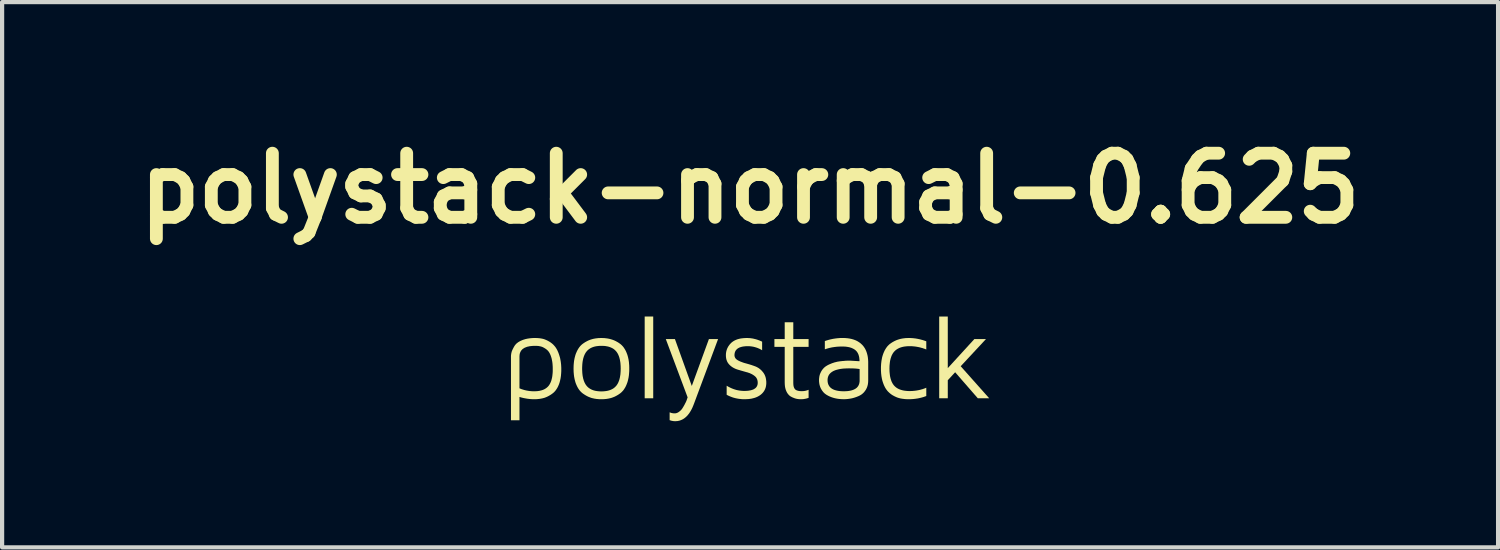
<source format=kicad_pcb>
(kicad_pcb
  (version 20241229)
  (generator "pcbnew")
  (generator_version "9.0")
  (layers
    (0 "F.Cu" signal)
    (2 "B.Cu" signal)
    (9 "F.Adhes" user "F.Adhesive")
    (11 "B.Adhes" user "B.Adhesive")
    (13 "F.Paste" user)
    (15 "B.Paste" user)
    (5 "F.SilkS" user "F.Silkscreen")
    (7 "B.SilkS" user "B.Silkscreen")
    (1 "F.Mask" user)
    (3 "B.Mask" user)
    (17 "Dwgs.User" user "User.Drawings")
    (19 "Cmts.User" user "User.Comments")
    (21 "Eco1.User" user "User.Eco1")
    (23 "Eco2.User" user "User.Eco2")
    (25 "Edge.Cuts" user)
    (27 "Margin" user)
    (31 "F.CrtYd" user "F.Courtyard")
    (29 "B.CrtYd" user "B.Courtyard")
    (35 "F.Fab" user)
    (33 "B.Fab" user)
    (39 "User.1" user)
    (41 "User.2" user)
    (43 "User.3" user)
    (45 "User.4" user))
  (footprint "polystack-normal-0.625"
    (layer "F.Cu")
    (at 14.783 5.719)
    (property "Reference" "polystack-normal-0.625" (at 0 -4.292 0) (layer "F.SilkS") (effects (font (size 1.524 1.524) (thickness 0.305))))
    (attr smd)
    (fp_poly (pts (xy -2.506 0.7) (xy -2.506 -1.244) (xy -2.303 -1.244) (xy -2.303 0.7) (xy -2.506 0.7)) (stroke (width 0) (type solid)) (fill yes) (layer "F.SilkS"))
    (fp_poly (pts (xy 4.496 0.7) (xy 4.496 -1.244) (xy 4.7 -1.244) (xy 4.7 -0.017) (xy 5.332 -0.708) (xy 5.608 -0.708) (xy 5.007 -0.062) (xy 5.685 0.7) (xy 5.414 0.7) (xy 4.875 0.081) (xy 4.7 0.271) (xy 4.7 0.7) (xy 4.496 0.7)) (stroke (width 0) (type solid)) (fill yes) (layer "F.SilkS"))
    (fp_poly (pts (xy 0.578 -0.522) (xy 0.578 -0.708) (xy 0.823 -0.708) (xy 0.823 -1.107) (xy 1.027 -1.107) (xy 1.027 -0.708) (xy 1.391 -0.708) (xy 1.391 -0.522) (xy 1.027 -0.522) (xy 1.027 0.336) (xy 1.028 0.357) (xy 1.029 0.377) (xy 1.031 0.395) (xy 1.034 0.412) (xy 1.038 0.428) (xy 1.043 0.442) (xy 1.049 0.456) (xy 1.056 0.468) (xy 1.063 0.478) (xy 1.071 0.488) (xy 1.081 0.496) (xy 1.092 0.503) (xy 1.105 0.51) (xy 1.119 0.515) (xy 1.134 0.52) (xy 1.15 0.524) (xy 1.168 0.527) (xy 1.187 0.529) (xy 1.208 0.53) (xy 1.23 0.531) (xy 1.247 0.53) (xy 1.264 0.529) (xy 1.281 0.528) (xy 1.297 0.525) (xy 1.314 0.522) (xy 1.33 0.519) (xy 1.345 0.514) (xy 1.361 0.509) (xy 1.376 0.504) (xy 1.391 0.497) (xy 1.391 0.689) (xy 1.375 0.695) (xy 1.359 0.7) (xy 1.342 0.705) (xy 1.326 0.709) (xy 1.31 0.712) (xy 1.293 0.715) (xy 1.277 0.718) (xy 1.261 0.72) (xy 1.245 0.721) (xy 1.228 0.722) (xy 1.212 0.722) (xy 1.205 0.722) (xy 1.189 0.722) (xy 1.173 0.721) (xy 1.157 0.72) (xy 1.141 0.718) (xy 1.126 0.716) (xy 1.11 0.713) (xy 1.095 0.71) (xy 1.081 0.706) (xy 1.067 0.702) (xy 1.053 0.697) (xy 1.038 0.691) (xy 1.022 0.685) (xy 1.006 0.678) (xy 0.99 0.67) (xy 0.974 0.661) (xy 0.96 0.654) (xy 0.948 0.645) (xy 0.935 0.635) (xy 0.924 0.624) (xy 0.913 0.612) (xy 0.902 0.599) (xy 0.892 0.586) (xy 0.882 0.571) (xy 0.873 0.555) (xy 0.865 0.539) (xy 0.859 0.525) (xy 0.853 0.511) (xy 0.848 0.497) (xy 0.843 0.482) (xy 0.839 0.466) (xy 0.835 0.45) (xy 0.832 0.434) (xy 0.829 0.417) (xy 0.827 0.399) (xy 0.826 0.382) (xy 0.824 0.363) (xy 0.824 0.344) (xy 0.823 0.325) (xy 0.823 -0.522) (xy 0.578 -0.522) (xy 0.578 -0.522)) (stroke (width 0) (type solid)) (fill yes) (layer "F.SilkS"))
    (fp_poly (pts (xy -2.004 -0.708) (xy -1.787 -0.708) (xy -1.386 0.407) (xy -0.979 -0.708) (xy -0.761 -0.708) (xy -1.337 0.838) (xy -1.345 0.857) (xy -1.352 0.876) (xy -1.36 0.894) (xy -1.367 0.912) (xy -1.375 0.929) (xy -1.383 0.946) (xy -1.391 0.962) (xy -1.4 0.978) (xy -1.408 0.993) (xy -1.417 1.008) (xy -1.426 1.023) (xy -1.435 1.037) (xy -1.444 1.051) (xy -1.453 1.064) (xy -1.463 1.076) (xy -1.473 1.089) (xy -1.482 1.1) (xy -1.492 1.112) (xy -1.503 1.122) (xy -1.513 1.133) (xy -1.523 1.143) (xy -1.534 1.152) (xy -1.545 1.161) (xy -1.556 1.17) (xy -1.567 1.178) (xy -1.578 1.185) (xy -1.59 1.193) (xy -1.601 1.199) (xy -1.613 1.205) (xy -1.625 1.211) (xy -1.637 1.216) (xy -1.649 1.221) (xy -1.662 1.226) (xy -1.674 1.23) (xy -1.687 1.233) (xy -1.7 1.236) (xy -1.713 1.239) (xy -1.727 1.241) (xy -1.74 1.242) (xy -1.753 1.243) (xy -1.767 1.244) (xy -1.781 1.244) (xy -1.798 1.244) (xy -1.815 1.243) (xy -1.831 1.241) (xy -1.848 1.238) (xy -1.864 1.235) (xy -1.881 1.23) (xy -1.897 1.225) (xy -1.913 1.22) (xy -1.913 1.034) (xy -1.899 1.039) (xy -1.885 1.044) (xy -1.87 1.049) (xy -1.855 1.052) (xy -1.84 1.055) (xy -1.824 1.057) (xy -1.808 1.058) (xy -1.792 1.058) (xy -1.777 1.058) (xy -1.762 1.055) (xy -1.746 1.051) (xy -1.731 1.045) (xy -1.716 1.038) (xy -1.701 1.029) (xy -1.686 1.018) (xy -1.673 1.008) (xy -1.661 0.998) (xy -1.649 0.987) (xy -1.638 0.976) (xy -1.628 0.964) (xy -1.618 0.951) (xy -1.609 0.938) (xy -1.601 0.925) (xy -1.592 0.911) (xy -1.584 0.897) (xy -1.576 0.883) (xy -1.568 0.869) (xy -1.56 0.855) (xy -1.553 0.841) (xy -1.546 0.827) (xy -1.539 0.813) (xy -1.529 0.795) (xy -1.521 0.777) (xy -1.514 0.761) (xy -1.508 0.745) (xy -1.503 0.73) (xy -1.499 0.717) (xy -1.485 0.678) (xy -2.004 -0.708)) (stroke (width 0) (type solid)) (fill yes) (layer "F.SilkS"))
    (fp_poly (pts (xy 3.111 -0.006) (xy 3.111 -0.025) (xy 3.111 -0.044) (xy 3.112 -0.063) (xy 3.113 -0.082) (xy 3.114 -0.1) (xy 3.115 -0.118) (xy 3.117 -0.136) (xy 3.119 -0.153) (xy 3.121 -0.171) (xy 3.123 -0.188) (xy 3.126 -0.204) (xy 3.129 -0.221) (xy 3.132 -0.237) (xy 3.135 -0.253) (xy 3.138 -0.269) (xy 3.142 -0.284) (xy 3.146 -0.299) (xy 3.151 -0.314) (xy 3.155 -0.329) (xy 3.16 -0.343) (xy 3.165 -0.357) (xy 3.17 -0.371) (xy 3.177 -0.388) (xy 3.185 -0.405) (xy 3.192 -0.422) (xy 3.2 -0.438) (xy 3.209 -0.453) (xy 3.217 -0.468) (xy 3.226 -0.482) (xy 3.235 -0.496) (xy 3.245 -0.51) (xy 3.254 -0.522) (xy 3.264 -0.535) (xy 3.274 -0.546) (xy 3.285 -0.557) (xy 3.296 -0.568) (xy 3.307 -0.578) (xy 3.318 -0.588) (xy 3.33 -0.597) (xy 3.345 -0.607) (xy 3.359 -0.617) (xy 3.374 -0.627) (xy 3.389 -0.636) (xy 3.403 -0.644) (xy 3.418 -0.652) (xy 3.433 -0.66) (xy 3.448 -0.667) (xy 3.463 -0.674) (xy 3.478 -0.681) (xy 3.493 -0.686) (xy 3.508 -0.692) (xy 3.523 -0.697) (xy 3.538 -0.701) (xy 3.553 -0.706) (xy 3.569 -0.71) (xy 3.585 -0.714) (xy 3.6 -0.717) (xy 3.617 -0.72) (xy 3.633 -0.723) (xy 3.649 -0.725) (xy 3.666 -0.727) (xy 3.683 -0.729) (xy 3.7 -0.731) (xy 3.718 -0.732) (xy 3.735 -0.732) (xy 3.753 -0.733) (xy 3.771 -0.733) (xy 3.788 -0.733) (xy 3.805 -0.733) (xy 3.822 -0.732) (xy 3.839 -0.731) (xy 3.856 -0.73) (xy 3.872 -0.729) (xy 3.889 -0.727) (xy 3.906 -0.725) (xy 3.923 -0.723) (xy 3.94 -0.721) (xy 3.956 -0.718) (xy 3.973 -0.715) (xy 3.99 -0.712) (xy 4.007 -0.708) (xy 4.023 -0.705) (xy 4.04 -0.701) (xy 4.056 -0.697) (xy 4.073 -0.692) (xy 4.09 -0.688) (xy 4.106 -0.683) (xy 4.123 -0.678) (xy 4.139 -0.672) (xy 4.156 -0.667) (xy 4.172 -0.661) (xy 4.189 -0.655) (xy 4.189 -0.46) (xy 4.173 -0.467) (xy 4.157 -0.473) (xy 4.14 -0.479) (xy 4.124 -0.484) (xy 4.108 -0.49) (xy 4.092 -0.495) (xy 4.076 -0.499) (xy 4.059 -0.504) (xy 4.043 -0.508) (xy 4.027 -0.512) (xy 4.01 -0.516) (xy 3.994 -0.519) (xy 3.977 -0.522) (xy 3.961 -0.525) (xy 3.944 -0.528) (xy 3.928 -0.53) (xy 3.911 -0.532) (xy 3.894 -0.534) (xy 3.877 -0.535) (xy 3.861 -0.537) (xy 3.844 -0.538) (xy 3.827 -0.538) (xy 3.81 -0.539) (xy 3.793 -0.539) (xy 3.772 -0.539) (xy 3.752 -0.538) (xy 3.732 -0.537) (xy 3.713 -0.535) (xy 3.694 -0.533) (xy 3.676 -0.531) (xy 3.658 -0.528) (xy 3.641 -0.525) (xy 3.624 -0.521) (xy 3.608 -0.517) (xy 3.592 -0.512) (xy 3.576 -0.507) (xy 3.561 -0.502) (xy 3.547 -0.496) (xy 3.533 -0.489) (xy 3.519 -0.482) (xy 3.506 -0.475) (xy 3.494 -0.467) (xy 3.481 -0.459) (xy 3.47 -0.451) (xy 3.459 -0.442) (xy 3.448 -0.432) (xy 3.438 -0.422) (xy 3.428 -0.412) (xy 3.419 -0.402) (xy 3.411 -0.392) (xy 3.403 -0.381) (xy 3.395 -0.369) (xy 3.388 -0.358) (xy 3.381 -0.345) (xy 3.375 -0.333) (xy 3.368 -0.32) (xy 3.362 -0.306) (xy 3.357 -0.292) (xy 3.352 -0.277) (xy 3.347 -0.262) (xy 3.342 -0.247) (xy 3.338 -0.231) (xy 3.334 -0.215) (xy 3.33 -0.198) (xy 3.327 -0.181) (xy 3.324 -0.163) (xy 3.322 -0.145) (xy 3.32 -0.126) (xy 3.318 -0.107) (xy 3.316 -0.088) (xy 3.315 -0.068) (xy 3.314 -0.048) (xy 3.314 -0.027) (xy 3.313 -0.006) (xy 3.314 0.016) (xy 3.314 0.037) (xy 3.315 0.058) (xy 3.316 0.078) (xy 3.318 0.097) (xy 3.32 0.116) (xy 3.322 0.135) (xy 3.324 0.153) (xy 3.327 0.171) (xy 3.33 0.189) (xy 3.334 0.205) (xy 3.338 0.222) (xy 3.342 0.238) (xy 3.347 0.253) (xy 3.352 0.268) (xy 3.357 0.283) (xy 3.362 0.297) (xy 3.368 0.31) (xy 3.375 0.323) (xy 3.381 0.336) (xy 3.388 0.348) (xy 3.395 0.36) (xy 3.403 0.371) (xy 3.411 0.382) (xy 3.419 0.393) (xy 3.428 0.402) (xy 3.438 0.413) (xy 3.448 0.422) (xy 3.459 0.432) (xy 3.47 0.441) (xy 3.481 0.449) (xy 3.494 0.457) (xy 3.506 0.465) (xy 3.519 0.472) (xy 3.533 0.479) (xy 3.547 0.485) (xy 3.561 0.491) (xy 3.576 0.496) (xy 3.592 0.501) (xy 3.608 0.506) (xy 3.624 0.51) (xy 3.641 0.514) (xy 3.658 0.517) (xy 3.676 0.52) (xy 3.694 0.522) (xy 3.713 0.524) (xy 3.732 0.526) (xy 3.752 0.527) (xy 3.772 0.528) (xy 3.793 0.528) (xy 3.811 0.528) (xy 3.828 0.527) (xy 3.846 0.527) (xy 3.863 0.526) (xy 3.88 0.524) (xy 3.897 0.523) (xy 3.914 0.521) (xy 3.931 0.519) (xy 3.948 0.517) (xy 3.965 0.514) (xy 3.982 0.511) (xy 3.998 0.508) (xy 4.014 0.505) (xy 4.031 0.501) (xy 4.047 0.497) (xy 4.063 0.493) (xy 4.079 0.488) (xy 4.095 0.484) (xy 4.111 0.479) (xy 4.127 0.473) (xy 4.142 0.468) (xy 4.158 0.462) (xy 4.173 0.456) (xy 4.189 0.449) (xy 4.189 0.646) (xy 4.173 0.652) (xy 4.157 0.658) (xy 4.141 0.663) (xy 4.125 0.669) (xy 4.109 0.674) (xy 4.093 0.678) (xy 4.076 0.683) (xy 4.06 0.687) (xy 4.044 0.691) (xy 4.027 0.695) (xy 4.011 0.698) (xy 3.994 0.702) (xy 3.977 0.705) (xy 3.96 0.707) (xy 3.944 0.71) (xy 3.927 0.712) (xy 3.91 0.714) (xy 3.893 0.716) (xy 3.875 0.718) (xy 3.858 0.719) (xy 3.841 0.72) (xy 3.824 0.721) (xy 3.806 0.722) (xy 3.789 0.722) (xy 3.771 0.722) (xy 3.753 0.722) (xy 3.735 0.722) (xy 3.718 0.721) (xy 3.7 0.72) (xy 3.683 0.719) (xy 3.666 0.717) (xy 3.65 0.715) (xy 3.633 0.713) (xy 3.617 0.711) (xy 3.601 0.708) (xy 3.585 0.706) (xy 3.569 0.702) (xy 3.554 0.698) (xy 3.538 0.694) (xy 3.522 0.689) (xy 3.506 0.684) (xy 3.49 0.678) (xy 3.474 0.671) (xy 3.458 0.664) (xy 3.441 0.656) (xy 3.425 0.648) (xy 3.409 0.639) (xy 3.394 0.631) (xy 3.379 0.622) (xy 3.365 0.613) (xy 3.352 0.603) (xy 3.338 0.593) (xy 3.326 0.583) (xy 3.313 0.572) (xy 3.301 0.561) (xy 3.289 0.549) (xy 3.277 0.538) (xy 3.266 0.525) (xy 3.256 0.513) (xy 3.247 0.501) (xy 3.238 0.489) (xy 3.229 0.476) (xy 3.221 0.463) (xy 3.213 0.45) (xy 3.205 0.435) (xy 3.198 0.421) (xy 3.19 0.405) (xy 3.183 0.389) (xy 3.176 0.373) (xy 3.17 0.356) (xy 3.163 0.338) (xy 3.157 0.32) (xy 3.151 0.302) (xy 3.147 0.287) (xy 3.142 0.272) (xy 3.139 0.256) (xy 3.135 0.241) (xy 3.132 0.225) (xy 3.129 0.209) (xy 3.126 0.192) (xy 3.123 0.176) (xy 3.121 0.159) (xy 3.119 0.142) (xy 3.117 0.124) (xy 3.115 0.106) (xy 3.114 0.088) (xy 3.113 0.07) (xy 3.112 0.052) (xy 3.111 0.033) (xy 3.111 0.014) (xy 3.111 -0.006) (xy 3.111 -0.006)) (stroke (width 0) (type solid)) (fill yes) (layer "F.SilkS"))
    (fp_poly (pts (xy -5.685 1.222) (xy -5.685 -0.288) (xy -5.388 -0.484) (xy -5.398 -0.477) (xy -5.408 -0.47) (xy -5.417 -0.462) (xy -5.425 -0.453) (xy -5.433 -0.445) (xy -5.44 -0.436) (xy -5.447 -0.426) (xy -5.453 -0.416) (xy -5.458 -0.406) (xy -5.463 -0.395) (xy -5.468 -0.384) (xy -5.472 -0.373) (xy -5.475 -0.361) (xy -5.478 -0.349) (xy -5.48 -0.336) (xy -5.481 -0.323) (xy -5.482 -0.31) (xy -5.483 -0.296) (xy -5.483 0.463) (xy -5.483 0.463) (xy -5.467 0.469) (xy -5.452 0.476) (xy -5.436 0.482) (xy -5.42 0.487) (xy -5.404 0.492) (xy -5.388 0.497) (xy -5.372 0.502) (xy -5.356 0.506) (xy -5.339 0.51) (xy -5.323 0.514) (xy -5.306 0.517) (xy -5.289 0.52) (xy -5.272 0.523) (xy -5.255 0.525) (xy -5.238 0.528) (xy -5.221 0.529) (xy -5.203 0.531) (xy -5.186 0.532) (xy -5.168 0.533) (xy -5.15 0.533) (xy -5.133 0.533) (xy -5.113 0.533) (xy -5.093 0.532) (xy -5.074 0.531) (xy -5.056 0.53) (xy -5.038 0.527) (xy -5.02 0.525) (xy -5.003 0.522) (xy -4.987 0.518) (xy -4.971 0.514) (xy -4.955 0.51) (xy -4.94 0.505) (xy -4.925 0.5) (xy -4.911 0.494) (xy -4.898 0.488) (xy -4.884 0.481) (xy -4.872 0.474) (xy -4.86 0.466) (xy -4.848 0.458) (xy -4.837 0.45) (xy -4.826 0.44) (xy -4.815 0.431) (xy -4.806 0.421) (xy -4.796 0.411) (xy -4.788 0.401) (xy -4.78 0.39) (xy -4.773 0.379) (xy -4.765 0.367) (xy -4.759 0.355) (xy -4.752 0.343) (xy -4.746 0.33) (xy -4.74 0.316) (xy -4.734 0.302) (xy -4.729 0.288) (xy -4.724 0.273) (xy -4.72 0.257) (xy -4.716 0.241) (xy -4.712 0.225) (xy -4.708 0.208) (xy -4.705 0.19) (xy -4.702 0.172) (xy -4.7 0.154) (xy -4.698 0.135) (xy -4.696 0.116) (xy -4.694 0.096) (xy -4.693 0.075) (xy -4.692 0.054) (xy -4.692 0.033) (xy -4.692 0.011) (xy -4.692 -0.009) (xy -4.692 -0.028) (xy -4.693 -0.047) (xy -4.693 -0.065) (xy -4.695 -0.083) (xy -4.696 -0.101) (xy -4.697 -0.118) (xy -4.699 -0.135) (xy -4.701 -0.152) (xy -4.703 -0.168) (xy -4.706 -0.184) (xy -4.709 -0.2) (xy -4.712 -0.215) (xy -4.715 -0.23) (xy -4.718 -0.244) (xy -4.722 -0.258) (xy -4.726 -0.272) (xy -4.73 -0.285) (xy -4.737 -0.305) (xy -4.743 -0.323) (xy -4.751 -0.341) (xy -4.758 -0.357) (xy -4.767 -0.373) (xy -4.775 -0.388) (xy -4.784 -0.402) (xy -4.794 -0.415) (xy -4.804 -0.427) (xy -4.814 -0.438) (xy -4.825 -0.448) (xy -4.836 -0.458) (xy -4.851 -0.469) (xy -4.866 -0.48) (xy -4.881 -0.489) (xy -4.895 -0.498) (xy -4.91 -0.506) (xy -4.924 -0.513) (xy -4.938 -0.52) (xy -4.952 -0.525) (xy -4.966 -0.529) (xy -4.98 -0.533) (xy -4.994 -0.536) (xy -5.009 -0.539) (xy -5.024 -0.542) (xy -5.04 -0.544) (xy -5.056 -0.545) (xy -5.072 -0.546) (xy -5.089 -0.547) (xy -5.106 -0.547) (xy -5.127 -0.547) (xy -5.147 -0.546) (xy -5.166 -0.545) (xy -5.185 -0.544) (xy -5.203 -0.542) (xy -5.221 -0.54) (xy -5.238 -0.538) (xy -5.254 -0.535) (xy -5.27 -0.531) (xy -5.286 -0.528) (xy -5.301 -0.524) (xy -5.315 -0.519) (xy -5.328 -0.514) (xy -5.341 -0.509) (xy -5.354 -0.504) (xy -5.366 -0.498) (xy -5.377 -0.491) (xy -5.388 -0.484) (xy -5.685 -0.288) (xy -5.685 -0.304) (xy -5.684 -0.321) (xy -5.682 -0.337) (xy -5.68 -0.353) (xy -5.677 -0.37) (xy -5.673 -0.387) (xy -5.669 -0.404) (xy -5.665 -0.416) (xy -5.66 -0.428) (xy -5.655 -0.441) (xy -5.649 -0.455) (xy -5.642 -0.469) (xy -5.635 -0.483) (xy -5.627 -0.498) (xy -5.619 -0.514) (xy -5.61 -0.529) (xy -5.6 -0.546) (xy -5.592 -0.558) (xy -5.583 -0.569) (xy -5.574 -0.58) (xy -5.564 -0.591) (xy -5.553 -0.602) (xy -5.541 -0.612) (xy -5.529 -0.621) (xy -5.516 -0.631) (xy -5.502 -0.64) (xy -5.487 -0.649) (xy -5.471 -0.657) (xy -5.455 -0.666) (xy -5.438 -0.673) (xy -5.421 -0.681) (xy -5.407 -0.686) (xy -5.393 -0.691) (xy -5.379 -0.696) (xy -5.364 -0.7) (xy -5.349 -0.705) (xy -5.334 -0.709) (xy -5.318 -0.712) (xy -5.302 -0.716) (xy -5.286 -0.719) (xy -5.27 -0.721) (xy -5.253 -0.724) (xy -5.236 -0.726) (xy -5.218 -0.728) (xy -5.2 -0.73) (xy -5.182 -0.731) (xy -5.164 -0.732) (xy -5.145 -0.733) (xy -5.126 -0.733) (xy -5.106 -0.733) (xy -5.089 -0.733) (xy -5.072 -0.732) (xy -5.054 -0.732) (xy -5.037 -0.73) (xy -5.02 -0.729) (xy -5.003 -0.727) (xy -4.987 -0.725) (xy -4.97 -0.722) (xy -4.953 -0.719) (xy -4.938 -0.716) (xy -4.923 -0.713) (xy -4.907 -0.708) (xy -4.891 -0.703) (xy -4.875 -0.697) (xy -4.858 -0.69) (xy -4.842 -0.683) (xy -4.825 -0.675) (xy -4.808 -0.667) (xy -4.791 -0.657) (xy -4.776 -0.649) (xy -4.762 -0.64) (xy -4.748 -0.631) (xy -4.735 -0.622) (xy -4.722 -0.612) (xy -4.709 -0.602) (xy -4.696 -0.591) (xy -4.684 -0.58) (xy -4.672 -0.568) (xy -4.661 -0.556) (xy -4.65 -0.543) (xy -4.639 -0.531) (xy -4.631 -0.52) (xy -4.623 -0.509) (xy -4.615 -0.497) (xy -4.607 -0.484) (xy -4.599 -0.471) (xy -4.592 -0.458) (xy -4.585 -0.444) (xy -4.577 -0.429) (xy -4.571 -0.414) (xy -4.564 -0.398) (xy -4.557 -0.382) (xy -4.551 -0.365) (xy -4.545 -0.348) (xy -4.539 -0.33) (xy -4.533 -0.311) (xy -4.529 -0.297) (xy -4.524 -0.282) (xy -4.52 -0.266) (xy -4.516 -0.251) (xy -4.513 -0.235) (xy -4.51 -0.219) (xy -4.507 -0.203) (xy -4.504 -0.186) (xy -4.501 -0.169) (xy -4.499 -0.152) (xy -4.497 -0.135) (xy -4.495 -0.117) (xy -4.493 -0.099) (xy -4.492 -0.081) (xy -4.491 -0.063) (xy -4.49 -0.044) (xy -4.489 -0.025) (xy -4.489 -0.006) (xy -4.489 0.014) (xy -4.489 0.034) (xy -4.489 0.053) (xy -4.49 0.072) (xy -4.491 0.091) (xy -4.492 0.11) (xy -4.494 0.128) (xy -4.495 0.146) (xy -4.497 0.164) (xy -4.499 0.182) (xy -4.502 0.199) (xy -4.504 0.216) (xy -4.507 0.233) (xy -4.511 0.249) (xy -4.514 0.265) (xy -4.518 0.281) (xy -4.522 0.297) (xy -4.526 0.312) (xy -4.53 0.327) (xy -4.535 0.342) (xy -4.54 0.356) (xy -4.545 0.371) (xy -4.553 0.389) (xy -4.56 0.406) (xy -4.568 0.423) (xy -4.576 0.439) (xy -4.585 0.455) (xy -4.594 0.47) (xy -4.603 0.484) (xy -4.613 0.498) (xy -4.623 0.512) (xy -4.633 0.525) (xy -4.644 0.537) (xy -4.655 0.549) (xy -4.666 0.56) (xy -4.678 0.57) (xy -4.69 0.58) (xy -4.703 0.59) (xy -4.717 0.6) (xy -4.731 0.61) (xy -4.745 0.619) (xy -4.76 0.628) (xy -4.774 0.636) (xy -4.788 0.644) (xy -4.803 0.652) (xy -4.817 0.659) (xy -4.832 0.666) (xy -4.846 0.672) (xy -4.861 0.678) (xy -4.876 0.684) (xy -4.89 0.689) (xy -4.905 0.693) (xy -4.92 0.697) (xy -4.935 0.701) (xy -4.95 0.704) (xy -4.966 0.707) (xy -4.982 0.71) (xy -4.998 0.713) (xy -5.014 0.715) (xy -5.03 0.717) (xy -5.047 0.718) (xy -5.063 0.72) (xy -5.08 0.721) (xy -5.097 0.721) (xy -5.115 0.722) (xy -5.133 0.722) (xy -5.149 0.722) (xy -5.165 0.722) (xy -5.182 0.721) (xy -5.198 0.72) (xy -5.215 0.719) (xy -5.231 0.718) (xy -5.248 0.716) (xy -5.265 0.714) (xy -5.281 0.712) (xy -5.298 0.71) (xy -5.314 0.707) (xy -5.331 0.704) (xy -5.348 0.701) (xy -5.365 0.698) (xy -5.381 0.695) (xy -5.398 0.691) (xy -5.415 0.687) (xy -5.432 0.683) (xy -5.449 0.678) (xy -5.466 0.673) (xy -5.483 0.668) (xy -5.483 1.222) (xy -5.685 1.222) (xy -5.685 1.222)) (stroke (width 0) (type solid)) (fill yes) (layer "F.SilkS"))
    (fp_poly (pts (xy -0.575 -0.324) (xy -0.575 -0.341) (xy -0.574 -0.357) (xy -0.573 -0.374) (xy -0.57 -0.39) (xy -0.568 -0.405) (xy -0.564 -0.421) (xy -0.56 -0.436) (xy -0.556 -0.452) (xy -0.55 -0.466) (xy -0.545 -0.481) (xy -0.538 -0.495) (xy -0.531 -0.509) (xy -0.524 -0.523) (xy -0.515 -0.537) (xy -0.506 -0.55) (xy -0.497 -0.563) (xy -0.487 -0.576) (xy -0.476 -0.589) (xy -0.465 -0.601) (xy -0.453 -0.613) (xy -0.443 -0.623) (xy -0.432 -0.632) (xy -0.421 -0.64) (xy -0.41 -0.649) (xy -0.398 -0.656) (xy -0.386 -0.664) (xy -0.373 -0.671) (xy -0.36 -0.678) (xy -0.347 -0.684) (xy -0.333 -0.69) (xy -0.318 -0.696) (xy -0.304 -0.701) (xy -0.289 -0.706) (xy -0.273 -0.71) (xy -0.257 -0.714) (xy -0.241 -0.718) (xy -0.224 -0.721) (xy -0.207 -0.724) (xy -0.189 -0.726) (xy -0.171 -0.728) (xy -0.153 -0.73) (xy -0.134 -0.731) (xy -0.115 -0.732) (xy -0.095 -0.733) (xy -0.075 -0.733) (xy -0.059 -0.733) (xy -0.042 -0.732) (xy -0.026 -0.732) (xy -0.009 -0.73) (xy 0.007 -0.729) (xy 0.023 -0.727) (xy 0.04 -0.724) (xy 0.056 -0.722) (xy 0.073 -0.719) (xy 0.089 -0.715) (xy 0.105 -0.711) (xy 0.122 -0.707) (xy 0.138 -0.703) (xy 0.155 -0.698) (xy 0.171 -0.693) (xy 0.187 -0.687) (xy 0.204 -0.681) (xy 0.22 -0.675) (xy 0.237 -0.668) (xy 0.253 -0.661) (xy 0.27 -0.654) (xy 0.286 -0.646) (xy 0.286 -0.442) (xy 0.271 -0.451) (xy 0.255 -0.46) (xy 0.24 -0.468) (xy 0.224 -0.476) (xy 0.208 -0.483) (xy 0.192 -0.49) (xy 0.177 -0.496) (xy 0.161 -0.502) (xy 0.145 -0.507) (xy 0.129 -0.512) (xy 0.112 -0.517) (xy 0.096 -0.521) (xy 0.08 -0.525) (xy 0.064 -0.528) (xy 0.047 -0.531) (xy 0.031 -0.533) (xy 0.014 -0.535) (xy -0.003 -0.537) (xy -0.019 -0.538) (xy -0.036 -0.539) (xy -0.053 -0.539) (xy -0.073 -0.539) (xy -0.093 -0.538) (xy -0.112 -0.537) (xy -0.13 -0.535) (xy -0.147 -0.533) (xy -0.164 -0.531) (xy -0.181 -0.528) (xy -0.196 -0.524) (xy -0.211 -0.521) (xy -0.225 -0.516) (xy -0.239 -0.512) (xy -0.252 -0.507) (xy -0.264 -0.501) (xy -0.276 -0.495) (xy -0.287 -0.488) (xy -0.297 -0.482) (xy -0.306 -0.474) (xy -0.315 -0.466) (xy -0.324 -0.458) (xy -0.331 -0.449) (xy -0.338 -0.44) (xy -0.345 -0.431) (xy -0.35 -0.42) (xy -0.355 -0.41) (xy -0.359 -0.399) (xy -0.363 -0.388) (xy -0.366 -0.376) (xy -0.368 -0.363) (xy -0.37 -0.351) (xy -0.371 -0.337) (xy -0.371 -0.324) (xy -0.371 -0.31) (xy -0.368 -0.296) (xy -0.364 -0.283) (xy -0.359 -0.27) (xy -0.352 -0.258) (xy -0.344 -0.246) (xy -0.334 -0.235) (xy -0.322 -0.225) (xy -0.309 -0.215) (xy -0.294 -0.205) (xy -0.281 -0.198) (xy -0.268 -0.191) (xy -0.253 -0.184) (xy -0.239 -0.177) (xy -0.224 -0.171) (xy -0.208 -0.165) (xy -0.192 -0.159) (xy -0.176 -0.153) (xy -0.159 -0.147) (xy -0.142 -0.141) (xy -0.124 -0.136) (xy -0.105 -0.131) (xy -0.089 -0.127) (xy -0.074 -0.122) (xy -0.058 -0.118) (xy -0.042 -0.113) (xy -0.026 -0.109) (xy -0.01 -0.104) (xy 0.006 -0.099) (xy 0.022 -0.094) (xy 0.038 -0.089) (xy 0.054 -0.083) (xy 0.07 -0.078) (xy 0.086 -0.072) (xy 0.102 -0.066) (xy 0.118 -0.061) (xy 0.134 -0.054) (xy 0.149 -0.048) (xy 0.164 -0.04) (xy 0.179 -0.032) (xy 0.193 -0.024) (xy 0.207 -0.015) (xy 0.221 -0.005) (xy 0.234 0.006) (xy 0.247 0.016) (xy 0.26 0.028) (xy 0.272 0.04) (xy 0.284 0.053) (xy 0.295 0.066) (xy 0.307 0.08) (xy 0.316 0.092) (xy 0.325 0.105) (xy 0.333 0.119) (xy 0.341 0.132) (xy 0.348 0.146) (xy 0.354 0.161) (xy 0.36 0.176) (xy 0.366 0.192) (xy 0.37 0.207) (xy 0.374 0.224) (xy 0.377 0.24) (xy 0.38 0.258) (xy 0.382 0.275) (xy 0.384 0.293) (xy 0.385 0.312) (xy 0.385 0.331) (xy 0.385 0.348) (xy 0.384 0.365) (xy 0.382 0.381) (xy 0.38 0.398) (xy 0.377 0.414) (xy 0.374 0.429) (xy 0.37 0.444) (xy 0.365 0.459) (xy 0.36 0.473) (xy 0.354 0.487) (xy 0.347 0.501) (xy 0.34 0.515) (xy 0.332 0.528) (xy 0.324 0.54) (xy 0.315 0.552) (xy 0.305 0.564) (xy 0.295 0.576) (xy 0.284 0.587) (xy 0.272 0.598) (xy 0.26 0.609) (xy 0.247 0.619) (xy 0.236 0.627) (xy 0.224 0.635) (xy 0.212 0.643) (xy 0.199 0.65) (xy 0.186 0.657) (xy 0.173 0.664) (xy 0.159 0.67) (xy 0.145 0.676) (xy 0.13 0.682) (xy 0.115 0.687) (xy 0.1 0.692) (xy 0.084 0.696) (xy 0.068 0.7) (xy 0.052 0.704) (xy 0.035 0.708) (xy 0.018 0.711) (xy 0.001 0.713) (xy -0.017 0.716) (xy -0.035 0.718) (xy -0.054 0.719) (xy -0.073 0.72) (xy -0.092 0.721) (xy -0.112 0.722) (xy -0.132 0.722) (xy -0.15 0.722) (xy -0.167 0.721) (xy -0.185 0.721) (xy -0.203 0.72) (xy -0.22 0.718) (xy -0.237 0.716) (xy -0.255 0.714) (xy -0.272 0.712) (xy -0.289 0.709) (xy -0.305 0.706) (xy -0.322 0.703) (xy -0.339 0.699) (xy -0.355 0.696) (xy -0.372 0.691) (xy -0.388 0.687) (xy -0.404 0.682) (xy -0.42 0.677) (xy -0.435 0.671) (xy -0.451 0.665) (xy -0.467 0.659) (xy -0.482 0.653) (xy -0.497 0.646) (xy -0.513 0.639) (xy -0.528 0.632) (xy -0.543 0.624) (xy -0.557 0.616) (xy -0.557 0.401) (xy -0.542 0.41) (xy -0.526 0.419) (xy -0.511 0.428) (xy -0.495 0.436) (xy -0.479 0.444) (xy -0.463 0.452) (xy -0.447 0.459) (xy -0.432 0.466) (xy -0.416 0.472) (xy -0.4 0.478) (xy -0.384 0.484) (xy -0.368 0.489) (xy -0.352 0.494) (xy -0.336 0.499) (xy -0.32 0.503) (xy -0.303 0.507) (xy -0.287 0.51) (xy -0.271 0.513) (xy -0.255 0.516) (xy -0.238 0.518) (xy -0.222 0.52) (xy -0.206 0.522) (xy -0.189 0.523) (xy -0.173 0.524) (xy -0.156 0.525) (xy -0.14 0.525) (xy -0.119 0.525) (xy -0.098 0.524) (xy -0.079 0.523) (xy -0.06 0.522) (xy -0.042 0.52) (xy -0.024 0.517) (xy -0.008 0.514) (xy 0.009 0.511) (xy 0.024 0.508) (xy 0.039 0.503) (xy 0.052 0.499) (xy 0.066 0.494) (xy 0.078 0.489) (xy 0.09 0.483) (xy 0.101 0.476) (xy 0.111 0.47) (xy 0.121 0.463) (xy 0.13 0.455) (xy 0.138 0.447) (xy 0.146 0.439) (xy 0.152 0.43) (xy 0.158 0.421) (xy 0.164 0.411) (xy 0.168 0.401) (xy 0.172 0.39) (xy 0.176 0.379) (xy 0.178 0.368) (xy 0.18 0.356) (xy 0.181 0.343) (xy 0.181 0.331) (xy 0.181 0.314) (xy 0.179 0.297) (xy 0.176 0.281) (xy 0.173 0.266) (xy 0.168 0.251) (xy 0.162 0.237) (xy 0.155 0.224) (xy 0.147 0.211) (xy 0.138 0.199) (xy 0.128 0.188) (xy 0.116 0.177) (xy 0.104 0.167) (xy 0.092 0.158) (xy 0.079 0.149) (xy 0.067 0.141) (xy 0.053 0.133) (xy 0.04 0.126) (xy 0.025 0.118) (xy 0.011 0.112) (xy -0.004 0.105) (xy -0.019 0.099) (xy -0.035 0.094) (xy -0.051 0.088) (xy -0.068 0.083) (xy -0.085 0.079) (xy -0.101 0.074) (xy -0.117 0.07) (xy -0.133 0.065) (xy -0.149 0.061) (xy -0.164 0.056) (xy -0.18 0.052) (xy -0.196 0.047) (xy -0.212 0.043) (xy -0.228 0.038) (xy -0.244 0.033) (xy -0.26 0.028) (xy -0.276 0.024) (xy -0.292 0.019) (xy -0.308 0.014) (xy -0.324 0.008) (xy -0.339 0.003) (xy -0.354 -0.004) (xy -0.369 -0.011) (xy -0.384 -0.018) (xy -0.398 -0.026) (xy -0.411 -0.034) (xy -0.425 -0.042) (xy -0.438 -0.052) (xy -0.451 -0.061) (xy -0.463 -0.071) (xy -0.475 -0.082) (xy -0.487 -0.093) (xy -0.498 -0.105) (xy -0.508 -0.116) (xy -0.517 -0.128) (xy -0.526 -0.14) (xy -0.534 -0.153) (xy -0.541 -0.166) (xy -0.548 -0.18) (xy -0.553 -0.194) (xy -0.559 -0.209) (xy -0.563 -0.224) (xy -0.567 -0.239) (xy -0.57 -0.255) (xy -0.572 -0.272) (xy -0.574 -0.289) (xy -0.575 -0.306) (xy -0.575 -0.324)) (stroke (width 0) (type solid)) (fill yes) (layer "F.SilkS"))
    (fp_poly (pts (xy 1.639 0.269) (xy 1.639 0.251) (xy 1.842 0.268) (xy 1.842 0.282) (xy 1.843 0.296) (xy 1.844 0.309) (xy 1.846 0.322) (xy 1.849 0.335) (xy 1.852 0.347) (xy 1.855 0.359) (xy 1.86 0.37) (xy 1.864 0.381) (xy 1.87 0.392) (xy 1.876 0.402) (xy 1.882 0.412) (xy 1.889 0.421) (xy 1.897 0.431) (xy 1.905 0.439) (xy 1.913 0.448) (xy 1.923 0.455) (xy 1.932 0.463) (xy 1.943 0.47) (xy 1.954 0.477) (xy 1.965 0.483) (xy 1.977 0.489) (xy 1.99 0.495) (xy 2.003 0.5) (xy 2.017 0.505) (xy 2.031 0.509) (xy 2.046 0.513) (xy 2.061 0.517) (xy 2.077 0.52) (xy 2.094 0.523) (xy 2.111 0.526) (xy 2.128 0.528) (xy 2.146 0.53) (xy 2.165 0.531) (xy 2.185 0.532) (xy 2.204 0.533) (xy 2.225 0.533) (xy 2.229 0.533) (xy 2.25 0.533) (xy 2.269 0.532) (xy 2.289 0.531) (xy 2.308 0.53) (xy 2.326 0.528) (xy 2.344 0.526) (xy 2.361 0.523) (xy 2.377 0.52) (xy 2.393 0.517) (xy 2.408 0.513) (xy 2.423 0.509) (xy 2.437 0.504) (xy 2.451 0.499) (xy 2.464 0.494) (xy 2.476 0.488) (xy 2.488 0.482) (xy 2.499 0.476) (xy 2.51 0.469) (xy 2.52 0.461) (xy 2.53 0.454) (xy 2.539 0.446) (xy 2.547 0.437) (xy 2.555 0.428) (xy 2.562 0.419) (xy 2.569 0.409) (xy 2.575 0.399) (xy 2.58 0.389) (xy 2.585 0.378) (xy 2.59 0.366) (xy 2.593 0.355) (xy 2.597 0.343) (xy 2.599 0.33) (xy 2.601 0.317) (xy 2.603 0.304) (xy 2.604 0.291) (xy 2.604 0.276) (xy 2.604 0.005) (xy 2.591 0.003) (xy 2.578 0.001) (xy 2.564 -0.001) (xy 2.549 -0.003) (xy 2.534 -0.004) (xy 2.519 -0.006) (xy 2.503 -0.007) (xy 2.486 -0.008) (xy 2.469 -0.009) (xy 2.451 -0.01) (xy 2.432 -0.01) (xy 2.413 -0.011) (xy 2.394 -0.011) (xy 2.374 -0.011) (xy 2.353 -0.012) (xy 2.331 -0.011) (xy 2.309 -0.011) (xy 2.287 -0.01) (xy 2.266 -0.009) (xy 2.246 -0.008) (xy 2.226 -0.007) (xy 2.206 -0.005) (xy 2.187 -0.003) (xy 2.169 -0.000372) (xy 2.151 0.002) (xy 2.134 0.005) (xy 2.117 0.008) (xy 2.1 0.012) (xy 2.084 0.016) (xy 2.069 0.02) (xy 2.054 0.024) (xy 2.04 0.028) (xy 2.026 0.033) (xy 2.012 0.038) (xy 2 0.044) (xy 1.987 0.049) (xy 1.975 0.055) (xy 1.964 0.062) (xy 1.953 0.068) (xy 1.943 0.075) (xy 1.933 0.082) (xy 1.924 0.089) (xy 1.915 0.097) (xy 1.906 0.105) (xy 1.899 0.113) (xy 1.891 0.121) (xy 1.884 0.13) (xy 1.878 0.139) (xy 1.872 0.148) (xy 1.867 0.158) (xy 1.862 0.167) (xy 1.858 0.178) (xy 1.854 0.188) (xy 1.851 0.199) (xy 1.848 0.209) (xy 1.846 0.221) (xy 1.844 0.232) (xy 1.843 0.244) (xy 1.842 0.256) (xy 1.842 0.268) (xy 1.842 0.268) (xy 1.639 0.251) (xy 1.64 0.234) (xy 1.642 0.218) (xy 1.644 0.201) (xy 1.646 0.185) (xy 1.649 0.17) (xy 1.653 0.154) (xy 1.657 0.139) (xy 1.662 0.125) (xy 1.668 0.11) (xy 1.674 0.096) (xy 1.682 0.08) (xy 1.69 0.064) (xy 1.699 0.048) (xy 1.708 0.034) (xy 1.718 0.02) (xy 1.728 0.007) (xy 1.739 -0.005) (xy 1.749 -0.017) (xy 1.76 -0.028) (xy 1.772 -0.038) (xy 1.784 -0.048) (xy 1.797 -0.058) (xy 1.811 -0.067) (xy 1.826 -0.076) (xy 1.841 -0.085) (xy 1.856 -0.093) (xy 1.873 -0.101) (xy 1.89 -0.109) (xy 1.907 -0.116) (xy 1.924 -0.123) (xy 1.94 -0.13) (xy 1.956 -0.136) (xy 1.972 -0.141) (xy 1.987 -0.146) (xy 2.001 -0.151) (xy 2.015 -0.155) (xy 2.029 -0.158) (xy 2.043 -0.162) (xy 2.057 -0.165) (xy 2.072 -0.169) (xy 2.087 -0.172) (xy 2.103 -0.174) (xy 2.12 -0.177) (xy 2.137 -0.179) (xy 2.154 -0.181) (xy 2.172 -0.183) (xy 2.195 -0.186) (xy 2.216 -0.187) (xy 2.235 -0.189) (xy 2.252 -0.19) (xy 2.267 -0.192) (xy 2.28 -0.192) (xy 2.291 -0.193) (xy 2.306 -0.194) (xy 2.322 -0.194) (xy 2.338 -0.194) (xy 2.356 -0.195) (xy 2.375 -0.195) (xy 2.601 -0.181) (xy 2.601 -0.201) (xy 2.6 -0.22) (xy 2.598 -0.238) (xy 2.596 -0.256) (xy 2.594 -0.273) (xy 2.591 -0.289) (xy 2.587 -0.305) (xy 2.582 -0.321) (xy 2.578 -0.335) (xy 2.572 -0.35) (xy 2.566 -0.363) (xy 2.559 -0.376) (xy 2.552 -0.388) (xy 2.544 -0.4) (xy 2.536 -0.411) (xy 2.527 -0.422) (xy 2.517 -0.432) (xy 2.507 -0.441) (xy 2.496 -0.45) (xy 2.486 -0.458) (xy 2.475 -0.465) (xy 2.463 -0.472) (xy 2.451 -0.479) (xy 2.438 -0.485) (xy 2.425 -0.491) (xy 2.412 -0.497) (xy 2.398 -0.502) (xy 2.383 -0.506) (xy 2.368 -0.511) (xy 2.352 -0.515) (xy 2.336 -0.518) (xy 2.319 -0.521) (xy 2.302 -0.524) (xy 2.285 -0.526) (xy 2.267 -0.528) (xy 2.248 -0.529) (xy 2.229 -0.53) (xy 2.209 -0.531) (xy 2.189 -0.531) (xy 2.171 -0.531) (xy 2.153 -0.531) (xy 2.135 -0.53) (xy 2.117 -0.529) (xy 2.099 -0.528) (xy 2.082 -0.527) (xy 2.064 -0.526) (xy 2.047 -0.524) (xy 2.03 -0.522) (xy 2.013 -0.52) (xy 1.997 -0.518) (xy 1.98 -0.515) (xy 1.963 -0.513) (xy 1.947 -0.51) (xy 1.931 -0.507) (xy 1.915 -0.503) (xy 1.899 -0.5) (xy 1.883 -0.496) (xy 1.868 -0.492) (xy 1.852 -0.488) (xy 1.837 -0.483) (xy 1.822 -0.479) (xy 1.807 -0.474) (xy 1.792 -0.469) (xy 1.777 -0.464) (xy 1.777 -0.661) (xy 1.794 -0.666) (xy 1.81 -0.672) (xy 1.827 -0.677) (xy 1.844 -0.682) (xy 1.86 -0.687) (xy 1.877 -0.691) (xy 1.894 -0.696) (xy 1.911 -0.7) (xy 1.928 -0.704) (xy 1.945 -0.707) (xy 1.961 -0.711) (xy 1.978 -0.714) (xy 1.995 -0.717) (xy 2.012 -0.719) (xy 2.029 -0.722) (xy 2.046 -0.724) (xy 2.063 -0.726) (xy 2.08 -0.728) (xy 2.097 -0.729) (xy 2.114 -0.731) (xy 2.131 -0.732) (xy 2.149 -0.733) (xy 2.166 -0.733) (xy 2.183 -0.734) (xy 2.2 -0.734) (xy 2.22 -0.733) (xy 2.239 -0.733) (xy 2.258 -0.732) (xy 2.277 -0.731) (xy 2.295 -0.729) (xy 2.313 -0.728) (xy 2.331 -0.725) (xy 2.348 -0.723) (xy 2.365 -0.72) (xy 2.382 -0.717) (xy 2.398 -0.713) (xy 2.415 -0.71) (xy 2.43 -0.705) (xy 2.446 -0.701) (xy 2.461 -0.696) (xy 2.476 -0.691) (xy 2.491 -0.685) (xy 2.505 -0.68) (xy 2.519 -0.673) (xy 2.533 -0.667) (xy 2.546 -0.66) (xy 2.559 -0.653) (xy 2.572 -0.645) (xy 2.584 -0.637) (xy 2.596 -0.629) (xy 2.608 -0.621) (xy 2.619 -0.612) (xy 2.631 -0.603) (xy 2.641 -0.593) (xy 2.652 -0.583) (xy 2.663 -0.573) (xy 2.673 -0.562) (xy 2.683 -0.551) (xy 2.692 -0.54) (xy 2.701 -0.528) (xy 2.71 -0.516) (xy 2.718 -0.503) (xy 2.726 -0.491) (xy 2.734 -0.478) (xy 2.741 -0.464) (xy 2.748 -0.45) (xy 2.754 -0.436) (xy 2.76 -0.422) (xy 2.766 -0.407) (xy 2.771 -0.392) (xy 2.776 -0.377) (xy 2.781 -0.361) (xy 2.785 -0.345) (xy 2.789 -0.329) (xy 2.793 -0.312) (xy 2.796 -0.295) (xy 2.799 -0.278) (xy 2.801 -0.26) (xy 2.803 -0.242) (xy 2.805 -0.223) (xy 2.806 -0.205) (xy 2.807 -0.186) (xy 2.808 -0.166) (xy 2.808 -0.147) (xy 2.808 0.276) (xy 2.807 0.294) (xy 2.807 0.312) (xy 2.805 0.329) (xy 2.803 0.346) (xy 2.801 0.362) (xy 2.798 0.378) (xy 2.794 0.394) (xy 2.79 0.41) (xy 2.785 0.425) (xy 2.78 0.439) (xy 2.774 0.454) (xy 2.767 0.468) (xy 2.76 0.482) (xy 2.753 0.495) (xy 2.744 0.508) (xy 2.735 0.522) (xy 2.724 0.536) (xy 2.714 0.549) (xy 2.703 0.562) (xy 2.691 0.573) (xy 2.679 0.585) (xy 2.667 0.595) (xy 2.654 0.605) (xy 2.641 0.615) (xy 2.627 0.623) (xy 2.613 0.631) (xy 2.598 0.639) (xy 2.583 0.646) (xy 2.567 0.653) (xy 2.551 0.659) (xy 2.535 0.666) (xy 2.519 0.671) (xy 2.504 0.677) (xy 2.488 0.682) (xy 2.473 0.687) (xy 2.458 0.691) (xy 2.443 0.695) (xy 2.428 0.699) (xy 2.413 0.702) (xy 2.398 0.705) (xy 2.381 0.708) (xy 2.364 0.711) (xy 2.347 0.713) (xy 2.33 0.716) (xy 2.313 0.717) (xy 2.296 0.719) (xy 2.28 0.72) (xy 2.263 0.721) (xy 2.246 0.721) (xy 2.229 0.722) (xy 2.213 0.721) (xy 2.196 0.721) (xy 2.18 0.72) (xy 2.163 0.72) (xy 2.146 0.718) (xy 2.13 0.717) (xy 2.112 0.715) (xy 2.095 0.713) (xy 2.082 0.711) (xy 2.068 0.709) (xy 2.053 0.706) (xy 2.038 0.703) (xy 2.023 0.7) (xy 2.007 0.696) (xy 1.991 0.692) (xy 1.975 0.687) (xy 1.958 0.682) (xy 1.941 0.676) (xy 1.924 0.67) (xy 1.908 0.663) (xy 1.892 0.657) (xy 1.876 0.649) (xy 1.861 0.642) (xy 1.846 0.634) (xy 1.832 0.626) (xy 1.818 0.618) (xy 1.805 0.609) (xy 1.792 0.6) (xy 1.78 0.591) (xy 1.767 0.58) (xy 1.756 0.569) (xy 1.744 0.557) (xy 1.733 0.544) (xy 1.723 0.53) (xy 1.712 0.516) (xy 1.702 0.501) (xy 1.693 0.485) (xy 1.683 0.468) (xy 1.676 0.453) (xy 1.67 0.438) (xy 1.664 0.423) (xy 1.659 0.407) (xy 1.654 0.391) (xy 1.65 0.375) (xy 1.647 0.358) (xy 1.644 0.341) (xy 1.642 0.323) (xy 1.64 0.305) (xy 1.639 0.287) (xy 1.639 0.268) (xy 1.639 0.269)) (stroke (width 0) (type solid)) (fill yes) (layer "F.SilkS"))
    (fp_poly (pts (xy -4.138 0.361) (xy -3.961 -0.265) (xy -3.966 -0.25) (xy -3.97 -0.234) (xy -3.973 -0.217) (xy -3.977 -0.2) (xy -3.98 -0.183) (xy -3.983 -0.165) (xy -3.985 -0.147) (xy -3.987 -0.128) (xy -3.989 -0.109) (xy -3.99 -0.089) (xy -3.991 -0.069) (xy -3.992 -0.048) (xy -3.993 -0.027) (xy -3.993 -0.006) (xy -3.993 0.016) (xy -3.992 0.037) (xy -3.991 0.058) (xy -3.99 0.078) (xy -3.989 0.097) (xy -3.987 0.117) (xy -3.985 0.136) (xy -3.983 0.154) (xy -3.98 0.172) (xy -3.977 0.189) (xy -3.973 0.206) (xy -3.97 0.223) (xy -3.966 0.239) (xy -3.961 0.254) (xy -3.957 0.27) (xy -3.952 0.284) (xy -3.946 0.299) (xy -3.941 0.312) (xy -3.935 0.326) (xy -3.928 0.339) (xy -3.922 0.351) (xy -3.915 0.363) (xy -3.908 0.375) (xy -3.9 0.386) (xy -3.892 0.396) (xy -3.884 0.407) (xy -3.875 0.417) (xy -3.865 0.427) (xy -3.855 0.437) (xy -3.844 0.446) (xy -3.833 0.455) (xy -3.821 0.463) (xy -3.809 0.471) (xy -3.797 0.478) (xy -3.784 0.485) (xy -3.771 0.492) (xy -3.757 0.498) (xy -3.742 0.504) (xy -3.728 0.509) (xy -3.712 0.514) (xy -3.697 0.518) (xy -3.681 0.522) (xy -3.664 0.525) (xy -3.647 0.528) (xy -3.63 0.53) (xy -3.612 0.532) (xy -3.593 0.534) (xy -3.574 0.535) (xy -3.555 0.536) (xy -3.535 0.536) (xy -3.516 0.536) (xy -3.496 0.535) (xy -3.477 0.534) (xy -3.459 0.532) (xy -3.441 0.53) (xy -3.424 0.528) (xy -3.407 0.525) (xy -3.39 0.522) (xy -3.374 0.518) (xy -3.358 0.514) (xy -3.343 0.509) (xy -3.328 0.504) (xy -3.314 0.498) (xy -3.3 0.492) (xy -3.287 0.486) (xy -3.274 0.479) (xy -3.261 0.472) (xy -3.249 0.464) (xy -3.238 0.456) (xy -3.227 0.447) (xy -3.216 0.438) (xy -3.206 0.428) (xy -3.196 0.418) (xy -3.187 0.408) (xy -3.178 0.398) (xy -3.17 0.387) (xy -3.163 0.376) (xy -3.155 0.365) (xy -3.148 0.353) (xy -3.142 0.34) (xy -3.135 0.327) (xy -3.129 0.314) (xy -3.124 0.3) (xy -3.118 0.286) (xy -3.113 0.271) (xy -3.108 0.256) (xy -3.104 0.24) (xy -3.1 0.224) (xy -3.096 0.208) (xy -3.093 0.191) (xy -3.09 0.173) (xy -3.087 0.155) (xy -3.084 0.137) (xy -3.082 0.118) (xy -3.081 0.098) (xy -3.079 0.079) (xy -3.078 0.058) (xy -3.077 0.037) (xy -3.077 0.016) (xy -3.076 -0.006) (xy -3.077 -0.027) (xy -3.077 -0.048) (xy -3.078 -0.069) (xy -3.079 -0.09) (xy -3.081 -0.109) (xy -3.082 -0.129) (xy -3.084 -0.148) (xy -3.087 -0.166) (xy -3.09 -0.184) (xy -3.093 -0.202) (xy -3.096 -0.219) (xy -3.1 -0.235) (xy -3.104 -0.251) (xy -3.108 -0.267) (xy -3.113 -0.282) (xy -3.118 -0.297) (xy -3.124 -0.311) (xy -3.129 -0.325) (xy -3.135 -0.339) (xy -3.142 -0.351) (xy -3.148 -0.364) (xy -3.155 -0.376) (xy -3.163 -0.387) (xy -3.17 -0.398) (xy -3.178 -0.409) (xy -3.187 -0.419) (xy -3.196 -0.429) (xy -3.206 -0.439) (xy -3.216 -0.449) (xy -3.227 -0.458) (xy -3.238 -0.467) (xy -3.249 -0.475) (xy -3.261 -0.483) (xy -3.274 -0.49) (xy -3.287 -0.497) (xy -3.3 -0.503) (xy -3.314 -0.509) (xy -3.328 -0.515) (xy -3.343 -0.52) (xy -3.358 -0.525) (xy -3.374 -0.529) (xy -3.39 -0.533) (xy -3.407 -0.536) (xy -3.424 -0.539) (xy -3.441 -0.542) (xy -3.459 -0.544) (xy -3.477 -0.545) (xy -3.496 -0.546) (xy -3.516 -0.547) (xy -3.535 -0.547) (xy -3.555 -0.547) (xy -3.574 -0.546) (xy -3.593 -0.545) (xy -3.612 -0.543) (xy -3.63 -0.541) (xy -3.647 -0.539) (xy -3.664 -0.536) (xy -3.681 -0.533) (xy -3.697 -0.529) (xy -3.712 -0.525) (xy -3.728 -0.52) (xy -3.742 -0.515) (xy -3.757 -0.509) (xy -3.771 -0.503) (xy -3.784 -0.496) (xy -3.797 -0.49) (xy -3.809 -0.482) (xy -3.821 -0.474) (xy -3.833 -0.466) (xy -3.844 -0.457) (xy -3.855 -0.448) (xy -3.865 -0.438) (xy -3.875 -0.428) (xy -3.884 -0.418) (xy -3.892 -0.407) (xy -3.9 -0.397) (xy -3.908 -0.386) (xy -3.915 -0.374) (xy -3.922 -0.362) (xy -3.928 -0.35) (xy -3.935 -0.337) (xy -3.941 -0.323) (xy -3.946 -0.31) (xy -3.952 -0.295) (xy -3.957 -0.281) (xy -3.961 -0.265) (xy -4.138 0.361) (xy -4.143 0.347) (xy -4.148 0.333) (xy -4.153 0.319) (xy -4.157 0.304) (xy -4.161 0.289) (xy -4.165 0.274) (xy -4.169 0.258) (xy -4.173 0.242) (xy -4.176 0.226) (xy -4.179 0.21) (xy -4.182 0.194) (xy -4.185 0.177) (xy -4.187 0.16) (xy -4.189 0.142) (xy -4.191 0.125) (xy -4.192 0.107) (xy -4.194 0.089) (xy -4.195 0.071) (xy -4.196 0.052) (xy -4.196 0.033) (xy -4.197 0.014) (xy -4.197 -0.006) (xy -4.197 -0.025) (xy -4.196 -0.044) (xy -4.196 -0.063) (xy -4.195 -0.082) (xy -4.194 -0.1) (xy -4.192 -0.118) (xy -4.191 -0.136) (xy -4.189 -0.153) (xy -4.187 -0.171) (xy -4.185 -0.188) (xy -4.182 -0.204) (xy -4.179 -0.221) (xy -4.176 -0.237) (xy -4.173 -0.253) (xy -4.169 -0.269) (xy -4.165 -0.284) (xy -4.161 -0.299) (xy -4.157 -0.314) (xy -4.153 -0.329) (xy -4.148 -0.343) (xy -4.143 -0.357) (xy -4.138 -0.371) (xy -4.13 -0.388) (xy -4.123 -0.405) (xy -4.115 -0.422) (xy -4.107 -0.438) (xy -4.099 -0.453) (xy -4.09 -0.468) (xy -4.082 -0.482) (xy -4.072 -0.496) (xy -4.063 -0.51) (xy -4.053 -0.522) (xy -4.043 -0.535) (xy -4.033 -0.546) (xy -4.022 -0.557) (xy -4.011 -0.568) (xy -4 -0.578) (xy -3.988 -0.588) (xy -3.976 -0.597) (xy -3.962 -0.607) (xy -3.947 -0.617) (xy -3.932 -0.627) (xy -3.918 -0.636) (xy -3.903 -0.644) (xy -3.888 -0.652) (xy -3.874 -0.66) (xy -3.859 -0.667) (xy -3.844 -0.674) (xy -3.829 -0.681) (xy -3.814 -0.686) (xy -3.799 -0.692) (xy -3.785 -0.697) (xy -3.77 -0.701) (xy -3.754 -0.706) (xy -3.739 -0.71) (xy -3.723 -0.714) (xy -3.707 -0.717) (xy -3.691 -0.72) (xy -3.675 -0.723) (xy -3.658 -0.725) (xy -3.642 -0.727) (xy -3.625 -0.729) (xy -3.607 -0.731) (xy -3.59 -0.732) (xy -3.573 -0.732) (xy -3.555 -0.733) (xy -3.537 -0.733) (xy -3.519 -0.733) (xy -3.501 -0.732) (xy -3.483 -0.732) (xy -3.465 -0.731) (xy -3.448 -0.729) (xy -3.431 -0.727) (xy -3.414 -0.725) (xy -3.397 -0.723) (xy -3.381 -0.72) (xy -3.365 -0.717) (xy -3.349 -0.714) (xy -3.333 -0.71) (xy -3.318 -0.706) (xy -3.302 -0.701) (xy -3.287 -0.697) (xy -3.272 -0.692) (xy -3.257 -0.686) (xy -3.241 -0.681) (xy -3.226 -0.674) (xy -3.211 -0.667) (xy -3.196 -0.66) (xy -3.181 -0.652) (xy -3.167 -0.644) (xy -3.152 -0.636) (xy -3.137 -0.627) (xy -3.122 -0.617) (xy -3.108 -0.607) (xy -3.093 -0.597) (xy -3.081 -0.588) (xy -3.07 -0.578) (xy -3.058 -0.568) (xy -3.047 -0.557) (xy -3.037 -0.546) (xy -3.026 -0.535) (xy -3.016 -0.522) (xy -3.006 -0.51) (xy -2.997 -0.496) (xy -2.988 -0.482) (xy -2.979 -0.468) (xy -2.97 -0.453) (xy -2.962 -0.438) (xy -2.954 -0.422) (xy -2.946 -0.405) (xy -2.939 -0.388) (xy -2.932 -0.371) (xy -2.927 -0.357) (xy -2.921 -0.343) (xy -2.917 -0.329) (xy -2.912 -0.314) (xy -2.908 -0.299) (xy -2.904 -0.284) (xy -2.9 -0.269) (xy -2.897 -0.253) (xy -2.893 -0.237) (xy -2.89 -0.221) (xy -2.887 -0.204) (xy -2.885 -0.188) (xy -2.882 -0.171) (xy -2.88 -0.153) (xy -2.879 -0.136) (xy -2.877 -0.118) (xy -2.876 -0.1) (xy -2.874 -0.082) (xy -2.874 -0.063) (xy -2.873 -0.044) (xy -2.873 -0.025) (xy -2.873 -0.006) (xy -2.873 0.014) (xy -2.873 0.033) (xy -2.874 0.052) (xy -2.874 0.071) (xy -2.876 0.089) (xy -2.877 0.107) (xy -2.879 0.125) (xy -2.88 0.142) (xy -2.882 0.16) (xy -2.885 0.177) (xy -2.887 0.194) (xy -2.89 0.21) (xy -2.893 0.226) (xy -2.897 0.242) (xy -2.9 0.258) (xy -2.904 0.274) (xy -2.908 0.289) (xy -2.912 0.304) (xy -2.917 0.319) (xy -2.921 0.333) (xy -2.927 0.347) (xy -2.932 0.361) (xy -2.939 0.378) (xy -2.946 0.395) (xy -2.954 0.412) (xy -2.962 0.428) (xy -2.97 0.443) (xy -2.979 0.458) (xy -2.988 0.472) (xy -2.997 0.486) (xy -3.006 0.499) (xy -3.016 0.512) (xy -3.026 0.524) (xy -3.037 0.535) (xy -3.047 0.546) (xy -3.058 0.557) (xy -3.07 0.567) (xy -3.081 0.577) (xy -3.093 0.586) (xy -3.108 0.596) (xy -3.122 0.606) (xy -3.137 0.616) (xy -3.152 0.625) (xy -3.167 0.633) (xy -3.181 0.642) (xy -3.196 0.649) (xy -3.211 0.657) (xy -3.226 0.664) (xy -3.241 0.67) (xy -3.257 0.676) (xy -3.272 0.682) (xy -3.287 0.687) (xy -3.302 0.692) (xy -3.318 0.696) (xy -3.333 0.7) (xy -3.349 0.703) (xy -3.365 0.707) (xy -3.381 0.71) (xy -3.397 0.712) (xy -3.414 0.715) (xy -3.431 0.717) (xy -3.448 0.718) (xy -3.465 0.72) (xy -3.483 0.721) (xy -3.501 0.721) (xy -3.519 0.722) (xy -3.537 0.722) (xy -3.555 0.722) (xy -3.573 0.721) (xy -3.59 0.721) (xy -3.607 0.72) (xy -3.625 0.718) (xy -3.642 0.717) (xy -3.658 0.715) (xy -3.675 0.712) (xy -3.691 0.71) (xy -3.707 0.707) (xy -3.723 0.703) (xy -3.739 0.7) (xy -3.754 0.696) (xy -3.77 0.692) (xy -3.785 0.687) (xy -3.799 0.682) (xy -3.814 0.676) (xy -3.829 0.67) (xy -3.844 0.664) (xy -3.859 0.657) (xy -3.874 0.649) (xy -3.888 0.642) (xy -3.903 0.633) (xy -3.918 0.625) (xy -3.932 0.616) (xy -3.947 0.606) (xy -3.962 0.596) (xy -3.976 0.586) (xy -3.988 0.577) (xy -4 0.567) (xy -4.011 0.557) (xy -4.022 0.546) (xy -4.033 0.535) (xy -4.043 0.524) (xy -4.053 0.512) (xy -4.063 0.499) (xy -4.072 0.486) (xy -4.082 0.472) (xy -4.09 0.458) (xy -4.099 0.443) (xy -4.107 0.428) (xy -4.115 0.412) (xy -4.123 0.395) (xy -4.13 0.378) (xy -4.138 0.361)) (stroke (width 0) (type solid)) (fill yes) (layer "F.SilkS")))
  (gr_rect
    (start -3 -3)
    (end 32.566 9.963)
    (stroke (width 0.1) (type default))
    (fill no)
    (layer "Edge.Cuts")))
</source>
